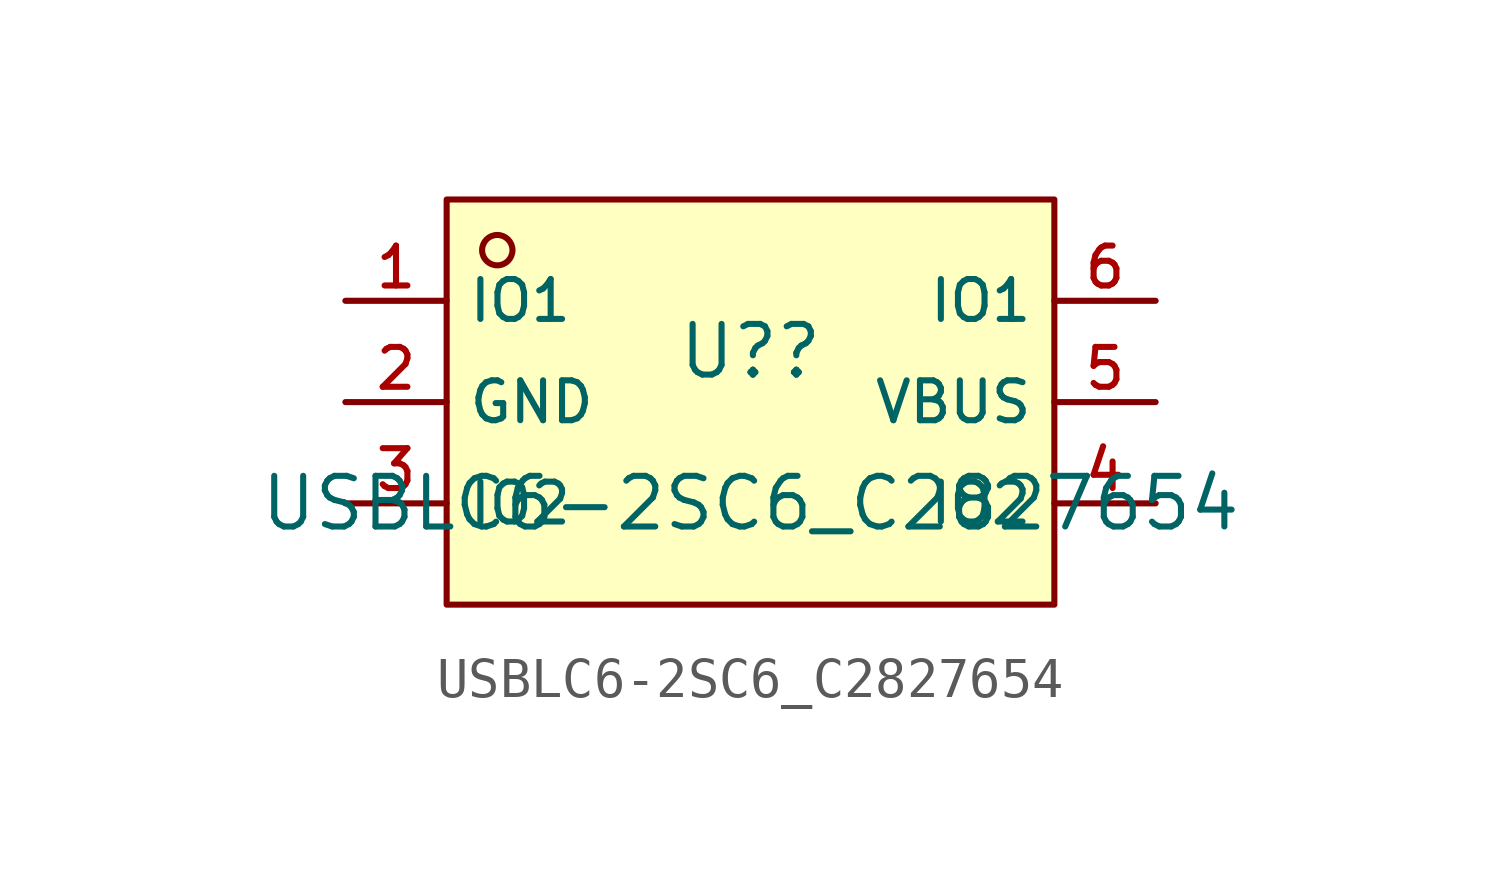
<source format=kicad_sym>
(kicad_symbol_lib
  (version 20210201)
  (generator TousstNicolas/JLC2KiCad_lib)
  (symbol "USBLC6-2SC6_C2827654"
    (property "Reference" "U?"
      (at 0 1.27 0)
      (effects (font (size 1.27 1.27))))
    (property "Value" "USBLC6-2SC6_C2827654"
      (at 0 -2.54 0)
      (effects (font (size 1.27 1.27))))
    (symbol "USBLC6-2SC6_C2827654_0_1"
      (rectangle (start -7.62 5.08) (end 7.62 -5.08) (stroke (width 0) (type default) (color 0 0 0 0)) (fill (type background)))
      (circle (center -6.35 3.81) (radius 0.381) (stroke (width 0) (type default) (color 0 0 0 0)) (fill (type background)))
      (pin unspecified line (at -10.16 2.54 0) (length 2.54) (name "IO1" (effects (font (size 1 1)))) (number "1" (effects (font (size 1 1)))))
      (pin unspecified line (at -10.16 -0.0 0) (length 2.54) (name "GND" (effects (font (size 1 1)))) (number "2" (effects (font (size 1 1)))))
      (pin unspecified line (at -10.16 -2.54 0) (length 2.54) (name "IO2" (effects (font (size 1 1)))) (number "3" (effects (font (size 1 1)))))
      (pin unspecified line (at 10.16 -2.54 180) (length 2.54) (name "IO2" (effects (font (size 1 1)))) (number "4" (effects (font (size 1 1)))))
      (pin unspecified line (at 10.16 -0.0 180) (length 2.54) (name "VBUS" (effects (font (size 1 1)))) (number "5" (effects (font (size 1 1)))))
      (pin unspecified line (at 10.16 2.54 180) (length 2.54) (name "IO1" (effects (font (size 1 1)))) (number "6" (effects (font (size 1 1))))))))
</source>
